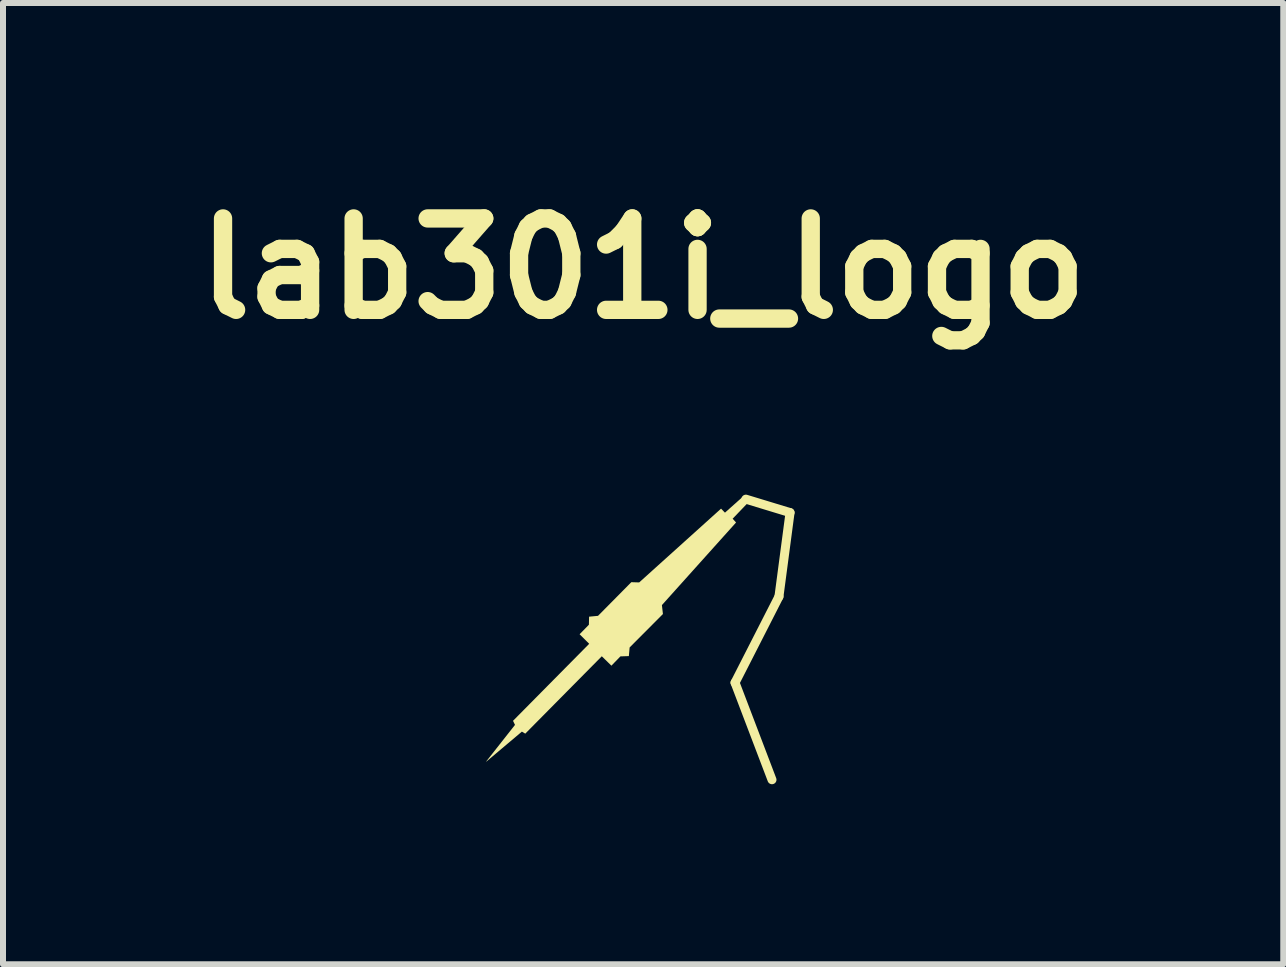
<source format=kicad_pcb>
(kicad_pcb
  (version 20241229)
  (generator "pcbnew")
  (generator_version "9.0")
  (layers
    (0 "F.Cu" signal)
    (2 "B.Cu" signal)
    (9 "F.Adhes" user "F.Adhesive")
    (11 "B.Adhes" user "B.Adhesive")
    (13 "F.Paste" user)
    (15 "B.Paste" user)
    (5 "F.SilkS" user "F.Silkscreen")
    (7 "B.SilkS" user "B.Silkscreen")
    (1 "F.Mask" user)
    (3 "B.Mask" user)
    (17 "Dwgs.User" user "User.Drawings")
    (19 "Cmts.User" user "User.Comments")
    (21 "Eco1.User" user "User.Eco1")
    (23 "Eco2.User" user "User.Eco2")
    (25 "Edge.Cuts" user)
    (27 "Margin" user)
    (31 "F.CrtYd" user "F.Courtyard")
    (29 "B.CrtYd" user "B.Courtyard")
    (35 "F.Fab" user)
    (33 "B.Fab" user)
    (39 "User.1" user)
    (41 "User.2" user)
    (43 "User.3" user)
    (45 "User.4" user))
  (footprint "lab301i_logo"
    (layer "F.Cu")
    (at 7.671 7.211)
    (property "Reference" "lab301i_logo" (at 0 -5.785 0) (layer "F.SilkS") (effects (font (size 1.524 1.524) (thickness 0.305))))
    (attr smd)
    (fp_line (start 1.532 1.119) (end 2.148 2.737) (stroke (width 0.15) (type solid)) (layer "F.SilkS"))
    (fp_line (start 1.713 -1.94) (end 2.449 -1.716) (stroke (width 0.15) (type solid)) (layer "F.SilkS"))
    (fp_line (start 2.264 -0.316) (end 1.532 1.119) (stroke (width 0.15) (type solid)) (layer "F.SilkS"))
    (fp_line (start 2.449 -1.716) (end 2.264 -0.316) (stroke (width 0.15) (type solid)) (layer "F.SilkS"))
    (fp_poly (pts (xy -2.618 2.435) (xy -2.136 1.823) (xy -2.169 1.755) (xy -0.899 0.471) (xy -1.059 0.312) (xy -0.904 0.153) (xy -0.901 0.019) (xy -0.752 0.005) (xy -0.197 -0.556) (xy -0.066 -0.552) (xy 1.299 -1.782) (xy 1.364 -1.715) (xy 1.679 -1.996) (xy 1.769 -1.903) (xy 1.492 -1.614) (xy 1.549 -1.551) (xy 0.313 -0.174) (xy 0.33 -0.025) (xy -0.225 0.532) (xy -0.238 0.676) (xy -0.379 0.681) (xy -0.529 0.836) (xy -0.689 0.679) (xy -1.965 1.969) (xy -2.021 1.935) (xy -2.615 2.436) (xy -2.618 2.435)) (stroke (width 0) (type solid)) (fill yes) (layer "F.SilkS")))
  (gr_rect
    (start -3 -3)
    (end 18.342 13.024)
    (stroke (width 0.1) (type default))
    (fill no)
    (layer "Edge.Cuts")))
</source>
